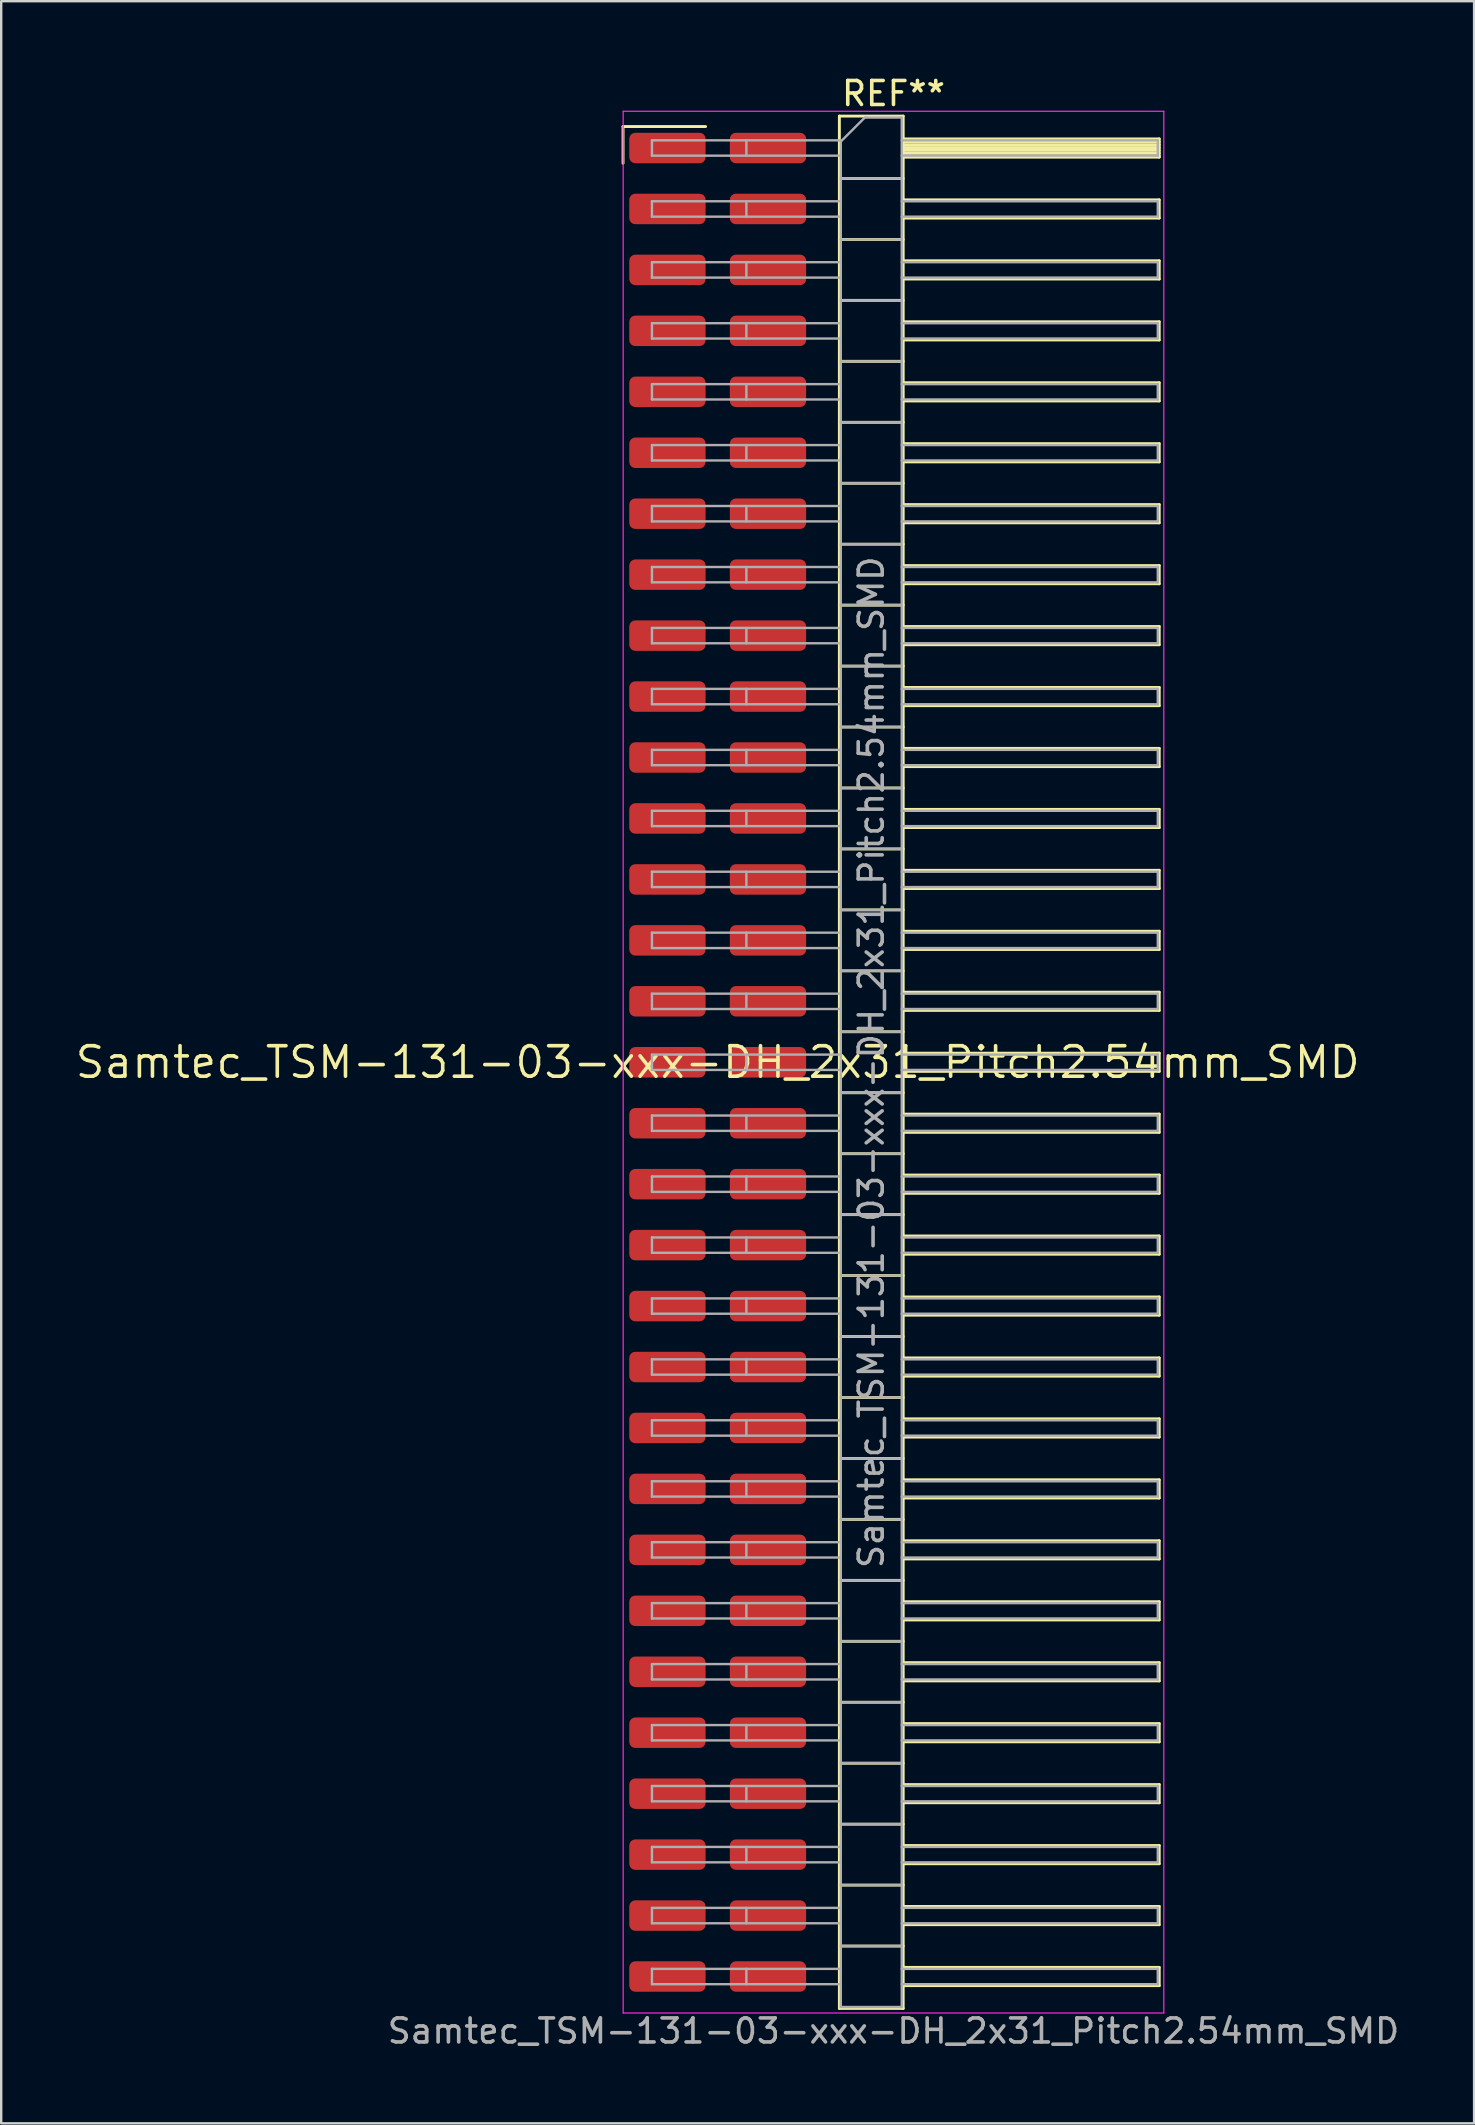
<source format=kicad_pcb>
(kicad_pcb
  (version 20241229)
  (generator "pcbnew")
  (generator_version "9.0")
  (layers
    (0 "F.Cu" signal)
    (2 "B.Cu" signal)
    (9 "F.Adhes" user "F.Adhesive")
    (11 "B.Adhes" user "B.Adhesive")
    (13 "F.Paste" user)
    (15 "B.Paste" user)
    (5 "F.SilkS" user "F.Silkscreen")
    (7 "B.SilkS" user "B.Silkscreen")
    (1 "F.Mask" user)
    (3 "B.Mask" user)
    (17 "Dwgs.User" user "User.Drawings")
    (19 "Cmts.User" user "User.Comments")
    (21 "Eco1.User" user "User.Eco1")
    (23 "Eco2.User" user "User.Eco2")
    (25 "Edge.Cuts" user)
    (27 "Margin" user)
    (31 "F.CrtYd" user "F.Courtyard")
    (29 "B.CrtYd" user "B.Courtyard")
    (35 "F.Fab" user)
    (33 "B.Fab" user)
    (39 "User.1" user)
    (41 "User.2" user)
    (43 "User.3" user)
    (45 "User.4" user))
  (footprint "Samtec_TSM-131-03-xxx-DH_2x31_Pitch2.54mm_SMD"
    (layer "F.Cu")
    (at 26.859 41.218)
    (property "Reference" "Samtec_TSM-131-03-xxx-DH_2x31_Pitch2.54mm_SMD" (at 0 0 0) (layer "F.SilkS") (effects (font (size 1.27 1.27) (thickness 0.15))))
    (attr smd)
    (fp_line (start -3.945 -38.995) (end -0.505 -38.995) (stroke (width 0.12) (type solid)) (layer "F.SilkS"))
    (fp_line (start -3.945 -37.465) (end -3.945 -38.995) (stroke (width 0.12) (type solid)) (layer "F.SilkS"))
    (fp_line (start 5.07 -39.43) (end 7.73 -39.43) (stroke (width 0.12) (type solid)) (layer "F.SilkS"))
    (fp_line (start 5.07 -36.83) (end 7.73 -36.83) (stroke (width 0.12) (type solid)) (layer "F.SilkS"))
    (fp_line (start 5.07 -34.29) (end 7.73 -34.29) (stroke (width 0.12) (type solid)) (layer "F.SilkS"))
    (fp_line (start 5.07 -31.75) (end 7.73 -31.75) (stroke (width 0.12) (type solid)) (layer "F.SilkS"))
    (fp_line (start 5.07 -29.21) (end 7.73 -29.21) (stroke (width 0.12) (type solid)) (layer "F.SilkS"))
    (fp_line (start 5.07 -26.67) (end 7.73 -26.67) (stroke (width 0.12) (type solid)) (layer "F.SilkS"))
    (fp_line (start 5.07 -24.13) (end 7.73 -24.13) (stroke (width 0.12) (type solid)) (layer "F.SilkS"))
    (fp_line (start 5.07 -21.59) (end 7.73 -21.59) (stroke (width 0.12) (type solid)) (layer "F.SilkS"))
    (fp_line (start 5.07 -19.05) (end 7.73 -19.05) (stroke (width 0.12) (type solid)) (layer "F.SilkS"))
    (fp_line (start 5.07 -16.51) (end 7.73 -16.51) (stroke (width 0.12) (type solid)) (layer "F.SilkS"))
    (fp_line (start 5.07 -13.97) (end 7.73 -13.97) (stroke (width 0.12) (type solid)) (layer "F.SilkS"))
    (fp_line (start 5.07 -11.43) (end 7.73 -11.43) (stroke (width 0.12) (type solid)) (layer "F.SilkS"))
    (fp_line (start 5.07 -8.89) (end 7.73 -8.89) (stroke (width 0.12) (type solid)) (layer "F.SilkS"))
    (fp_line (start 5.07 -6.35) (end 7.73 -6.35) (stroke (width 0.12) (type solid)) (layer "F.SilkS"))
    (fp_line (start 5.07 -3.81) (end 7.73 -3.81) (stroke (width 0.12) (type solid)) (layer "F.SilkS"))
    (fp_line (start 5.07 -1.27) (end 7.73 -1.27) (stroke (width 0.12) (type solid)) (layer "F.SilkS"))
    (fp_line (start 5.07 1.27) (end 7.73 1.27) (stroke (width 0.12) (type solid)) (layer "F.SilkS"))
    (fp_line (start 5.07 3.81) (end 7.73 3.81) (stroke (width 0.12) (type solid)) (layer "F.SilkS"))
    (fp_line (start 5.07 6.35) (end 7.73 6.35) (stroke (width 0.12) (type solid)) (layer "F.SilkS"))
    (fp_line (start 5.07 8.89) (end 7.73 8.89) (stroke (width 0.12) (type solid)) (layer "F.SilkS"))
    (fp_line (start 5.07 11.43) (end 7.73 11.43) (stroke (width 0.12) (type solid)) (layer "F.SilkS"))
    (fp_line (start 5.07 13.97) (end 7.73 13.97) (stroke (width 0.12) (type solid)) (layer "F.SilkS"))
    (fp_line (start 5.07 16.51) (end 7.73 16.51) (stroke (width 0.12) (type solid)) (layer "F.SilkS"))
    (fp_line (start 5.07 19.05) (end 7.73 19.05) (stroke (width 0.12) (type solid)) (layer "F.SilkS"))
    (fp_line (start 5.07 21.59) (end 7.73 21.59) (stroke (width 0.12) (type solid)) (layer "F.SilkS"))
    (fp_line (start 5.07 24.13) (end 7.73 24.13) (stroke (width 0.12) (type solid)) (layer "F.SilkS"))
    (fp_line (start 5.07 26.67) (end 7.73 26.67) (stroke (width 0.12) (type solid)) (layer "F.SilkS"))
    (fp_line (start 5.07 29.21) (end 7.73 29.21) (stroke (width 0.12) (type solid)) (layer "F.SilkS"))
    (fp_line (start 5.07 31.75) (end 7.73 31.75) (stroke (width 0.12) (type solid)) (layer "F.SilkS"))
    (fp_line (start 5.07 34.29) (end 7.73 34.29) (stroke (width 0.12) (type solid)) (layer "F.SilkS"))
    (fp_line (start 5.07 36.83) (end 7.73 36.83) (stroke (width 0.12) (type solid)) (layer "F.SilkS"))
    (fp_line (start 5.07 39.43) (end 5.07 -39.43) (stroke (width 0.12) (type solid)) (layer "F.SilkS"))
    (fp_line (start 7.73 -39.43) (end 7.73 39.43) (stroke (width 0.12) (type solid)) (layer "F.SilkS"))
    (fp_line (start 7.73 -38.48) (end 18.4 -38.48) (stroke (width 0.12) (type solid)) (layer "F.SilkS"))
    (fp_line (start 7.73 -38.36) (end 18.4 -38.36) (stroke (width 0.12) (type solid)) (layer "F.SilkS"))
    (fp_line (start 7.73 -38.24) (end 18.4 -38.24) (stroke (width 0.12) (type solid)) (layer "F.SilkS"))
    (fp_line (start 7.73 -38.12) (end 18.4 -38.12) (stroke (width 0.12) (type solid)) (layer "F.SilkS"))
    (fp_line (start 7.73 -38) (end 18.4 -38) (stroke (width 0.12) (type solid)) (layer "F.SilkS"))
    (fp_line (start 7.73 -37.88) (end 18.4 -37.88) (stroke (width 0.12) (type solid)) (layer "F.SilkS"))
    (fp_line (start 7.73 -37.76) (end 18.4 -37.76) (stroke (width 0.12) (type solid)) (layer "F.SilkS"))
    (fp_line (start 7.73 -37.72) (end 18.4 -37.72) (stroke (width 0.12) (type solid)) (layer "F.SilkS"))
    (fp_line (start 7.73 -35.94) (end 18.4 -35.94) (stroke (width 0.12) (type solid)) (layer "F.SilkS"))
    (fp_line (start 7.73 -35.18) (end 18.4 -35.18) (stroke (width 0.12) (type solid)) (layer "F.SilkS"))
    (fp_line (start 7.73 -33.4) (end 18.4 -33.4) (stroke (width 0.12) (type solid)) (layer "F.SilkS"))
    (fp_line (start 7.73 -32.64) (end 18.4 -32.64) (stroke (width 0.12) (type solid)) (layer "F.SilkS"))
    (fp_line (start 7.73 -30.86) (end 18.4 -30.86) (stroke (width 0.12) (type solid)) (layer "F.SilkS"))
    (fp_line (start 7.73 -30.1) (end 18.4 -30.1) (stroke (width 0.12) (type solid)) (layer "F.SilkS"))
    (fp_line (start 7.73 -28.32) (end 18.4 -28.32) (stroke (width 0.12) (type solid)) (layer "F.SilkS"))
    (fp_line (start 7.73 -27.56) (end 18.4 -27.56) (stroke (width 0.12) (type solid)) (layer "F.SilkS"))
    (fp_line (start 7.73 -25.78) (end 18.4 -25.78) (stroke (width 0.12) (type solid)) (layer "F.SilkS"))
    (fp_line (start 7.73 -25.02) (end 18.4 -25.02) (stroke (width 0.12) (type solid)) (layer "F.SilkS"))
    (fp_line (start 7.73 -23.24) (end 18.4 -23.24) (stroke (width 0.12) (type solid)) (layer "F.SilkS"))
    (fp_line (start 7.73 -22.48) (end 18.4 -22.48) (stroke (width 0.12) (type solid)) (layer "F.SilkS"))
    (fp_line (start 7.73 -20.7) (end 18.4 -20.7) (stroke (width 0.12) (type solid)) (layer "F.SilkS"))
    (fp_line (start 7.73 -19.94) (end 18.4 -19.94) (stroke (width 0.12) (type solid)) (layer "F.SilkS"))
    (fp_line (start 7.73 -18.16) (end 18.4 -18.16) (stroke (width 0.12) (type solid)) (layer "F.SilkS"))
    (fp_line (start 7.73 -17.4) (end 18.4 -17.4) (stroke (width 0.12) (type solid)) (layer "F.SilkS"))
    (fp_line (start 7.73 -15.62) (end 18.4 -15.62) (stroke (width 0.12) (type solid)) (layer "F.SilkS"))
    (fp_line (start 7.73 -14.86) (end 18.4 -14.86) (stroke (width 0.12) (type solid)) (layer "F.SilkS"))
    (fp_line (start 7.73 -13.08) (end 18.4 -13.08) (stroke (width 0.12) (type solid)) (layer "F.SilkS"))
    (fp_line (start 7.73 -12.32) (end 18.4 -12.32) (stroke (width 0.12) (type solid)) (layer "F.SilkS"))
    (fp_line (start 7.73 -10.54) (end 18.4 -10.54) (stroke (width 0.12) (type solid)) (layer "F.SilkS"))
    (fp_line (start 7.73 -9.78) (end 18.4 -9.78) (stroke (width 0.12) (type solid)) (layer "F.SilkS"))
    (fp_line (start 7.73 -8) (end 18.4 -8) (stroke (width 0.12) (type solid)) (layer "F.SilkS"))
    (fp_line (start 7.73 -7.24) (end 18.4 -7.24) (stroke (width 0.12) (type solid)) (layer "F.SilkS"))
    (fp_line (start 7.73 -5.46) (end 18.4 -5.46) (stroke (width 0.12) (type solid)) (layer "F.SilkS"))
    (fp_line (start 7.73 -4.7) (end 18.4 -4.7) (stroke (width 0.12) (type solid)) (layer "F.SilkS"))
    (fp_line (start 7.73 -2.92) (end 18.4 -2.92) (stroke (width 0.12) (type solid)) (layer "F.SilkS"))
    (fp_line (start 7.73 -2.16) (end 18.4 -2.16) (stroke (width 0.12) (type solid)) (layer "F.SilkS"))
    (fp_line (start 7.73 -0.38) (end 18.4 -0.38) (stroke (width 0.12) (type solid)) (layer "F.SilkS"))
    (fp_line (start 7.73 0.38) (end 18.4 0.38) (stroke (width 0.12) (type solid)) (layer "F.SilkS"))
    (fp_line (start 7.73 2.16) (end 18.4 2.16) (stroke (width 0.12) (type solid)) (layer "F.SilkS"))
    (fp_line (start 7.73 2.92) (end 18.4 2.92) (stroke (width 0.12) (type solid)) (layer "F.SilkS"))
    (fp_line (start 7.73 4.7) (end 18.4 4.7) (stroke (width 0.12) (type solid)) (layer "F.SilkS"))
    (fp_line (start 7.73 5.46) (end 18.4 5.46) (stroke (width 0.12) (type solid)) (layer "F.SilkS"))
    (fp_line (start 7.73 7.24) (end 18.4 7.24) (stroke (width 0.12) (type solid)) (layer "F.SilkS"))
    (fp_line (start 7.73 8) (end 18.4 8) (stroke (width 0.12) (type solid)) (layer "F.SilkS"))
    (fp_line (start 7.73 9.78) (end 18.4 9.78) (stroke (width 0.12) (type solid)) (layer "F.SilkS"))
    (fp_line (start 7.73 10.54) (end 18.4 10.54) (stroke (width 0.12) (type solid)) (layer "F.SilkS"))
    (fp_line (start 7.73 12.32) (end 18.4 12.32) (stroke (width 0.12) (type solid)) (layer "F.SilkS"))
    (fp_line (start 7.73 13.08) (end 18.4 13.08) (stroke (width 0.12) (type solid)) (layer "F.SilkS"))
    (fp_line (start 7.73 14.86) (end 18.4 14.86) (stroke (width 0.12) (type solid)) (layer "F.SilkS"))
    (fp_line (start 7.73 15.62) (end 18.4 15.62) (stroke (width 0.12) (type solid)) (layer "F.SilkS"))
    (fp_line (start 7.73 17.4) (end 18.4 17.4) (stroke (width 0.12) (type solid)) (layer "F.SilkS"))
    (fp_line (start 7.73 18.16) (end 18.4 18.16) (stroke (width 0.12) (type solid)) (layer "F.SilkS"))
    (fp_line (start 7.73 19.94) (end 18.4 19.94) (stroke (width 0.12) (type solid)) (layer "F.SilkS"))
    (fp_line (start 7.73 20.7) (end 18.4 20.7) (stroke (width 0.12) (type solid)) (layer "F.SilkS"))
    (fp_line (start 7.73 22.48) (end 18.4 22.48) (stroke (width 0.12) (type solid)) (layer "F.SilkS"))
    (fp_line (start 7.73 23.24) (end 18.4 23.24) (stroke (width 0.12) (type solid)) (layer "F.SilkS"))
    (fp_line (start 7.73 25.02) (end 18.4 25.02) (stroke (width 0.12) (type solid)) (layer "F.SilkS"))
    (fp_line (start 7.73 25.78) (end 18.4 25.78) (stroke (width 0.12) (type solid)) (layer "F.SilkS"))
    (fp_line (start 7.73 27.56) (end 18.4 27.56) (stroke (width 0.12) (type solid)) (layer "F.SilkS"))
    (fp_line (start 7.73 28.32) (end 18.4 28.32) (stroke (width 0.12) (type solid)) (layer "F.SilkS"))
    (fp_line (start 7.73 30.1) (end 18.4 30.1) (stroke (width 0.12) (type solid)) (layer "F.SilkS"))
    (fp_line (start 7.73 30.86) (end 18.4 30.86) (stroke (width 0.12) (type solid)) (layer "F.SilkS"))
    (fp_line (start 7.73 32.64) (end 18.4 32.64) (stroke (width 0.12) (type solid)) (layer "F.SilkS"))
    (fp_line (start 7.73 33.4) (end 18.4 33.4) (stroke (width 0.12) (type solid)) (layer "F.SilkS"))
    (fp_line (start 7.73 35.18) (end 18.4 35.18) (stroke (width 0.12) (type solid)) (layer "F.SilkS"))
    (fp_line (start 7.73 35.94) (end 18.4 35.94) (stroke (width 0.12) (type solid)) (layer "F.SilkS"))
    (fp_line (start 7.73 37.72) (end 18.4 37.72) (stroke (width 0.12) (type solid)) (layer "F.SilkS"))
    (fp_line (start 7.73 38.48) (end 18.4 38.48) (stroke (width 0.12) (type solid)) (layer "F.SilkS"))
    (fp_line (start 7.73 39.43) (end 5.07 39.43) (stroke (width 0.12) (type solid)) (layer "F.SilkS"))
    (fp_line (start 18.4 -38.48) (end 18.4 -37.72) (stroke (width 0.12) (type solid)) (layer "F.SilkS"))
    (fp_line (start 18.4 -35.94) (end 18.4 -35.18) (stroke (width 0.12) (type solid)) (layer "F.SilkS"))
    (fp_line (start 18.4 -33.4) (end 18.4 -32.64) (stroke (width 0.12) (type solid)) (layer "F.SilkS"))
    (fp_line (start 18.4 -30.86) (end 18.4 -30.1) (stroke (width 0.12) (type solid)) (layer "F.SilkS"))
    (fp_line (start 18.4 -28.32) (end 18.4 -27.56) (stroke (width 0.12) (type solid)) (layer "F.SilkS"))
    (fp_line (start 18.4 -25.78) (end 18.4 -25.02) (stroke (width 0.12) (type solid)) (layer "F.SilkS"))
    (fp_line (start 18.4 -23.24) (end 18.4 -22.48) (stroke (width 0.12) (type solid)) (layer "F.SilkS"))
    (fp_line (start 18.4 -20.7) (end 18.4 -19.94) (stroke (width 0.12) (type solid)) (layer "F.SilkS"))
    (fp_line (start 18.4 -18.16) (end 18.4 -17.4) (stroke (width 0.12) (type solid)) (layer "F.SilkS"))
    (fp_line (start 18.4 -15.62) (end 18.4 -14.86) (stroke (width 0.12) (type solid)) (layer "F.SilkS"))
    (fp_line (start 18.4 -13.08) (end 18.4 -12.32) (stroke (width 0.12) (type solid)) (layer "F.SilkS"))
    (fp_line (start 18.4 -10.54) (end 18.4 -9.78) (stroke (width 0.12) (type solid)) (layer "F.SilkS"))
    (fp_line (start 18.4 -8) (end 18.4 -7.24) (stroke (width 0.12) (type solid)) (layer "F.SilkS"))
    (fp_line (start 18.4 -5.46) (end 18.4 -4.7) (stroke (width 0.12) (type solid)) (layer "F.SilkS"))
    (fp_line (start 18.4 -2.92) (end 18.4 -2.16) (stroke (width 0.12) (type solid)) (layer "F.SilkS"))
    (fp_line (start 18.4 -0.38) (end 18.4 0.38) (stroke (width 0.12) (type solid)) (layer "F.SilkS"))
    (fp_line (start 18.4 2.16) (end 18.4 2.92) (stroke (width 0.12) (type solid)) (layer "F.SilkS"))
    (fp_line (start 18.4 4.7) (end 18.4 5.46) (stroke (width 0.12) (type solid)) (layer "F.SilkS"))
    (fp_line (start 18.4 7.24) (end 18.4 8) (stroke (width 0.12) (type solid)) (layer "F.SilkS"))
    (fp_line (start 18.4 9.78) (end 18.4 10.54) (stroke (width 0.12) (type solid)) (layer "F.SilkS"))
    (fp_line (start 18.4 12.32) (end 18.4 13.08) (stroke (width 0.12) (type solid)) (layer "F.SilkS"))
    (fp_line (start 18.4 14.86) (end 18.4 15.62) (stroke (width 0.12) (type solid)) (layer "F.SilkS"))
    (fp_line (start 18.4 17.4) (end 18.4 18.16) (stroke (width 0.12) (type solid)) (layer "F.SilkS"))
    (fp_line (start 18.4 19.94) (end 18.4 20.7) (stroke (width 0.12) (type solid)) (layer "F.SilkS"))
    (fp_line (start 18.4 22.48) (end 18.4 23.24) (stroke (width 0.12) (type solid)) (layer "F.SilkS"))
    (fp_line (start 18.4 25.02) (end 18.4 25.78) (stroke (width 0.12) (type solid)) (layer "F.SilkS"))
    (fp_line (start 18.4 27.56) (end 18.4 28.32) (stroke (width 0.12) (type solid)) (layer "F.SilkS"))
    (fp_line (start 18.4 30.1) (end 18.4 30.86) (stroke (width 0.12) (type solid)) (layer "F.SilkS"))
    (fp_line (start 18.4 32.64) (end 18.4 33.4) (stroke (width 0.12) (type solid)) (layer "F.SilkS"))
    (fp_line (start 18.4 35.18) (end 18.4 35.94) (stroke (width 0.12) (type solid)) (layer "F.SilkS"))
    (fp_line (start 18.4 37.72) (end 18.4 38.48) (stroke (width 0.12) (type solid)) (layer "F.SilkS"))
    (fp_line (start -3.94 -39.63) (end 18.59 -39.63) (stroke (width 0.05) (type solid)) (layer "F.CrtYd"))
    (fp_line (start -3.94 39.62) (end -3.94 -39.63) (stroke (width 0.05) (type solid)) (layer "F.CrtYd"))
    (fp_line (start 18.59 -39.63) (end 18.59 39.62) (stroke (width 0.05) (type solid)) (layer "F.CrtYd"))
    (fp_line (start 18.59 39.62) (end -3.94 39.62) (stroke (width 0.05) (type solid)) (layer "F.CrtYd"))
    (fp_line (start -2.74 -38.42) (end -2.74 -37.78) (stroke (width 0.1) (type solid)) (layer "F.Fab"))
    (fp_line (start -2.74 -38.42) (end 5.13 -38.42) (stroke (width 0.1) (type solid)) (layer "F.Fab"))
    (fp_line (start -2.74 -37.78) (end 5.13 -37.78) (stroke (width 0.1) (type solid)) (layer "F.Fab"))
    (fp_line (start -2.74 -35.88) (end -2.74 -35.24) (stroke (width 0.1) (type solid)) (layer "F.Fab"))
    (fp_line (start -2.74 -35.88) (end 5.13 -35.88) (stroke (width 0.1) (type solid)) (layer "F.Fab"))
    (fp_line (start -2.74 -35.24) (end 5.13 -35.24) (stroke (width 0.1) (type solid)) (layer "F.Fab"))
    (fp_line (start -2.74 -33.34) (end -2.74 -32.7) (stroke (width 0.1) (type solid)) (layer "F.Fab"))
    (fp_line (start -2.74 -33.34) (end 5.13 -33.34) (stroke (width 0.1) (type solid)) (layer "F.Fab"))
    (fp_line (start -2.74 -32.7) (end 5.13 -32.7) (stroke (width 0.1) (type solid)) (layer "F.Fab"))
    (fp_line (start -2.74 -30.8) (end -2.74 -30.16) (stroke (width 0.1) (type solid)) (layer "F.Fab"))
    (fp_line (start -2.74 -30.8) (end 5.13 -30.8) (stroke (width 0.1) (type solid)) (layer "F.Fab"))
    (fp_line (start -2.74 -30.16) (end 5.13 -30.16) (stroke (width 0.1) (type solid)) (layer "F.Fab"))
    (fp_line (start -2.74 -28.26) (end -2.74 -27.62) (stroke (width 0.1) (type solid)) (layer "F.Fab"))
    (fp_line (start -2.74 -28.26) (end 5.13 -28.26) (stroke (width 0.1) (type solid)) (layer "F.Fab"))
    (fp_line (start -2.74 -27.62) (end 5.13 -27.62) (stroke (width 0.1) (type solid)) (layer "F.Fab"))
    (fp_line (start -2.74 -25.72) (end -2.74 -25.08) (stroke (width 0.1) (type solid)) (layer "F.Fab"))
    (fp_line (start -2.74 -25.72) (end 5.13 -25.72) (stroke (width 0.1) (type solid)) (layer "F.Fab"))
    (fp_line (start -2.74 -25.08) (end 5.13 -25.08) (stroke (width 0.1) (type solid)) (layer "F.Fab"))
    (fp_line (start -2.74 -23.18) (end -2.74 -22.54) (stroke (width 0.1) (type solid)) (layer "F.Fab"))
    (fp_line (start -2.74 -23.18) (end 5.13 -23.18) (stroke (width 0.1) (type solid)) (layer "F.Fab"))
    (fp_line (start -2.74 -22.54) (end 5.13 -22.54) (stroke (width 0.1) (type solid)) (layer "F.Fab"))
    (fp_line (start -2.74 -20.64) (end -2.74 -20) (stroke (width 0.1) (type solid)) (layer "F.Fab"))
    (fp_line (start -2.74 -20.64) (end 5.13 -20.64) (stroke (width 0.1) (type solid)) (layer "F.Fab"))
    (fp_line (start -2.74 -20) (end 5.13 -20) (stroke (width 0.1) (type solid)) (layer "F.Fab"))
    (fp_line (start -2.74 -18.1) (end -2.74 -17.46) (stroke (width 0.1) (type solid)) (layer "F.Fab"))
    (fp_line (start -2.74 -18.1) (end 5.13 -18.1) (stroke (width 0.1) (type solid)) (layer "F.Fab"))
    (fp_line (start -2.74 -17.46) (end 5.13 -17.46) (stroke (width 0.1) (type solid)) (layer "F.Fab"))
    (fp_line (start -2.74 -15.56) (end -2.74 -14.92) (stroke (width 0.1) (type solid)) (layer "F.Fab"))
    (fp_line (start -2.74 -15.56) (end 5.13 -15.56) (stroke (width 0.1) (type solid)) (layer "F.Fab"))
    (fp_line (start -2.74 -14.92) (end 5.13 -14.92) (stroke (width 0.1) (type solid)) (layer "F.Fab"))
    (fp_line (start -2.74 -13.02) (end -2.74 -12.38) (stroke (width 0.1) (type solid)) (layer "F.Fab"))
    (fp_line (start -2.74 -13.02) (end 5.13 -13.02) (stroke (width 0.1) (type solid)) (layer "F.Fab"))
    (fp_line (start -2.74 -12.38) (end 5.13 -12.38) (stroke (width 0.1) (type solid)) (layer "F.Fab"))
    (fp_line (start -2.74 -10.48) (end -2.74 -9.84) (stroke (width 0.1) (type solid)) (layer "F.Fab"))
    (fp_line (start -2.74 -10.48) (end 5.13 -10.48) (stroke (width 0.1) (type solid)) (layer "F.Fab"))
    (fp_line (start -2.74 -9.84) (end 5.13 -9.84) (stroke (width 0.1) (type solid)) (layer "F.Fab"))
    (fp_line (start -2.74 -7.94) (end -2.74 -7.3) (stroke (width 0.1) (type solid)) (layer "F.Fab"))
    (fp_line (start -2.74 -7.94) (end 5.13 -7.94) (stroke (width 0.1) (type solid)) (layer "F.Fab"))
    (fp_line (start -2.74 -7.3) (end 5.13 -7.3) (stroke (width 0.1) (type solid)) (layer "F.Fab"))
    (fp_line (start -2.74 -5.4) (end -2.74 -4.76) (stroke (width 0.1) (type solid)) (layer "F.Fab"))
    (fp_line (start -2.74 -5.4) (end 5.13 -5.4) (stroke (width 0.1) (type solid)) (layer "F.Fab"))
    (fp_line (start -2.74 -4.76) (end 5.13 -4.76) (stroke (width 0.1) (type solid)) (layer "F.Fab"))
    (fp_line (start -2.74 -2.86) (end -2.74 -2.22) (stroke (width 0.1) (type solid)) (layer "F.Fab"))
    (fp_line (start -2.74 -2.86) (end 5.13 -2.86) (stroke (width 0.1) (type solid)) (layer "F.Fab"))
    (fp_line (start -2.74 -2.22) (end 5.13 -2.22) (stroke (width 0.1) (type solid)) (layer "F.Fab"))
    (fp_line (start -2.74 -0.32) (end -2.74 0.32) (stroke (width 0.1) (type solid)) (layer "F.Fab"))
    (fp_line (start -2.74 -0.32) (end 5.13 -0.32) (stroke (width 0.1) (type solid)) (layer "F.Fab"))
    (fp_line (start -2.74 0.32) (end 5.13 0.32) (stroke (width 0.1) (type solid)) (layer "F.Fab"))
    (fp_line (start -2.74 2.22) (end -2.74 2.86) (stroke (width 0.1) (type solid)) (layer "F.Fab"))
    (fp_line (start -2.74 2.22) (end 5.13 2.22) (stroke (width 0.1) (type solid)) (layer "F.Fab"))
    (fp_line (start -2.74 2.86) (end 5.13 2.86) (stroke (width 0.1) (type solid)) (layer "F.Fab"))
    (fp_line (start -2.74 4.76) (end -2.74 5.4) (stroke (width 0.1) (type solid)) (layer "F.Fab"))
    (fp_line (start -2.74 4.76) (end 5.13 4.76) (stroke (width 0.1) (type solid)) (layer "F.Fab"))
    (fp_line (start -2.74 5.4) (end 5.13 5.4) (stroke (width 0.1) (type solid)) (layer "F.Fab"))
    (fp_line (start -2.74 7.3) (end -2.74 7.94) (stroke (width 0.1) (type solid)) (layer "F.Fab"))
    (fp_line (start -2.74 7.3) (end 5.13 7.3) (stroke (width 0.1) (type solid)) (layer "F.Fab"))
    (fp_line (start -2.74 7.94) (end 5.13 7.94) (stroke (width 0.1) (type solid)) (layer "F.Fab"))
    (fp_line (start -2.74 9.84) (end -2.74 10.48) (stroke (width 0.1) (type solid)) (layer "F.Fab"))
    (fp_line (start -2.74 9.84) (end 5.13 9.84) (stroke (width 0.1) (type solid)) (layer "F.Fab"))
    (fp_line (start -2.74 10.48) (end 5.13 10.48) (stroke (width 0.1) (type solid)) (layer "F.Fab"))
    (fp_line (start -2.74 12.38) (end -2.74 13.02) (stroke (width 0.1) (type solid)) (layer "F.Fab"))
    (fp_line (start -2.74 12.38) (end 5.13 12.38) (stroke (width 0.1) (type solid)) (layer "F.Fab"))
    (fp_line (start -2.74 13.02) (end 5.13 13.02) (stroke (width 0.1) (type solid)) (layer "F.Fab"))
    (fp_line (start -2.74 14.92) (end -2.74 15.56) (stroke (width 0.1) (type solid)) (layer "F.Fab"))
    (fp_line (start -2.74 14.92) (end 5.13 14.92) (stroke (width 0.1) (type solid)) (layer "F.Fab"))
    (fp_line (start -2.74 15.56) (end 5.13 15.56) (stroke (width 0.1) (type solid)) (layer "F.Fab"))
    (fp_line (start -2.74 17.46) (end -2.74 18.1) (stroke (width 0.1) (type solid)) (layer "F.Fab"))
    (fp_line (start -2.74 17.46) (end 5.13 17.46) (stroke (width 0.1) (type solid)) (layer "F.Fab"))
    (fp_line (start -2.74 18.1) (end 5.13 18.1) (stroke (width 0.1) (type solid)) (layer "F.Fab"))
    (fp_line (start -2.74 20) (end -2.74 20.64) (stroke (width 0.1) (type solid)) (layer "F.Fab"))
    (fp_line (start -2.74 20) (end 5.13 20) (stroke (width 0.1) (type solid)) (layer "F.Fab"))
    (fp_line (start -2.74 20.64) (end 5.13 20.64) (stroke (width 0.1) (type solid)) (layer "F.Fab"))
    (fp_line (start -2.74 22.54) (end -2.74 23.18) (stroke (width 0.1) (type solid)) (layer "F.Fab"))
    (fp_line (start -2.74 22.54) (end 5.13 22.54) (stroke (width 0.1) (type solid)) (layer "F.Fab"))
    (fp_line (start -2.74 23.18) (end 5.13 23.18) (stroke (width 0.1) (type solid)) (layer "F.Fab"))
    (fp_line (start -2.74 25.08) (end -2.74 25.72) (stroke (width 0.1) (type solid)) (layer "F.Fab"))
    (fp_line (start -2.74 25.08) (end 5.13 25.08) (stroke (width 0.1) (type solid)) (layer "F.Fab"))
    (fp_line (start -2.74 25.72) (end 5.13 25.72) (stroke (width 0.1) (type solid)) (layer "F.Fab"))
    (fp_line (start -2.74 27.62) (end -2.74 28.26) (stroke (width 0.1) (type solid)) (layer "F.Fab"))
    (fp_line (start -2.74 27.62) (end 5.13 27.62) (stroke (width 0.1) (type solid)) (layer "F.Fab"))
    (fp_line (start -2.74 28.26) (end 5.13 28.26) (stroke (width 0.1) (type solid)) (layer "F.Fab"))
    (fp_line (start -2.74 30.16) (end -2.74 30.8) (stroke (width 0.1) (type solid)) (layer "F.Fab"))
    (fp_line (start -2.74 30.16) (end 5.13 30.16) (stroke (width 0.1) (type solid)) (layer "F.Fab"))
    (fp_line (start -2.74 30.8) (end 5.13 30.8) (stroke (width 0.1) (type solid)) (layer "F.Fab"))
    (fp_line (start -2.74 32.7) (end -2.74 33.34) (stroke (width 0.1) (type solid)) (layer "F.Fab"))
    (fp_line (start -2.74 32.7) (end 5.13 32.7) (stroke (width 0.1) (type solid)) (layer "F.Fab"))
    (fp_line (start -2.74 33.34) (end 5.13 33.34) (stroke (width 0.1) (type solid)) (layer "F.Fab"))
    (fp_line (start -2.74 35.24) (end -2.74 35.88) (stroke (width 0.1) (type solid)) (layer "F.Fab"))
    (fp_line (start -2.74 35.24) (end 5.13 35.24) (stroke (width 0.1) (type solid)) (layer "F.Fab"))
    (fp_line (start -2.74 35.88) (end 5.13 35.88) (stroke (width 0.1) (type solid)) (layer "F.Fab"))
    (fp_line (start -2.74 37.78) (end -2.74 38.42) (stroke (width 0.1) (type solid)) (layer "F.Fab"))
    (fp_line (start -2.74 37.78) (end 5.13 37.78) (stroke (width 0.1) (type solid)) (layer "F.Fab"))
    (fp_line (start -2.74 38.42) (end 5.13 38.42) (stroke (width 0.1) (type solid)) (layer "F.Fab"))
    (fp_line (start 1.195 -38.42) (end 1.195 -37.78) (stroke (width 0.1) (type solid)) (layer "F.Fab"))
    (fp_line (start 1.195 -35.88) (end 1.195 -35.24) (stroke (width 0.1) (type solid)) (layer "F.Fab"))
    (fp_line (start 1.195 -33.34) (end 1.195 -32.7) (stroke (width 0.1) (type solid)) (layer "F.Fab"))
    (fp_line (start 1.195 -30.8) (end 1.195 -30.16) (stroke (width 0.1) (type solid)) (layer "F.Fab"))
    (fp_line (start 1.195 -28.26) (end 1.195 -27.62) (stroke (width 0.1) (type solid)) (layer "F.Fab"))
    (fp_line (start 1.195 -25.72) (end 1.195 -25.08) (stroke (width 0.1) (type solid)) (layer "F.Fab"))
    (fp_line (start 1.195 -23.18) (end 1.195 -22.54) (stroke (width 0.1) (type solid)) (layer "F.Fab"))
    (fp_line (start 1.195 -20.64) (end 1.195 -20) (stroke (width 0.1) (type solid)) (layer "F.Fab"))
    (fp_line (start 1.195 -18.1) (end 1.195 -17.46) (stroke (width 0.1) (type solid)) (layer "F.Fab"))
    (fp_line (start 1.195 -15.56) (end 1.195 -14.92) (stroke (width 0.1) (type solid)) (layer "F.Fab"))
    (fp_line (start 1.195 -13.02) (end 1.195 -12.38) (stroke (width 0.1) (type solid)) (layer "F.Fab"))
    (fp_line (start 1.195 -10.48) (end 1.195 -9.84) (stroke (width 0.1) (type solid)) (layer "F.Fab"))
    (fp_line (start 1.195 -7.94) (end 1.195 -7.3) (stroke (width 0.1) (type solid)) (layer "F.Fab"))
    (fp_line (start 1.195 -5.4) (end 1.195 -4.76) (stroke (width 0.1) (type solid)) (layer "F.Fab"))
    (fp_line (start 1.195 -2.86) (end 1.195 -2.22) (stroke (width 0.1) (type solid)) (layer "F.Fab"))
    (fp_line (start 1.195 -0.32) (end 1.195 0.32) (stroke (width 0.1) (type solid)) (layer "F.Fab"))
    (fp_line (start 1.195 2.22) (end 1.195 2.86) (stroke (width 0.1) (type solid)) (layer "F.Fab"))
    (fp_line (start 1.195 4.76) (end 1.195 5.4) (stroke (width 0.1) (type solid)) (layer "F.Fab"))
    (fp_line (start 1.195 7.3) (end 1.195 7.94) (stroke (width 0.1) (type solid)) (layer "F.Fab"))
    (fp_line (start 1.195 9.84) (end 1.195 10.48) (stroke (width 0.1) (type solid)) (layer "F.Fab"))
    (fp_line (start 1.195 12.38) (end 1.195 13.02) (stroke (width 0.1) (type solid)) (layer "F.Fab"))
    (fp_line (start 1.195 14.92) (end 1.195 15.56) (stroke (width 0.1) (type solid)) (layer "F.Fab"))
    (fp_line (start 1.195 17.46) (end 1.195 18.1) (stroke (width 0.1) (type solid)) (layer "F.Fab"))
    (fp_line (start 1.195 20) (end 1.195 20.64) (stroke (width 0.1) (type solid)) (layer "F.Fab"))
    (fp_line (start 1.195 22.54) (end 1.195 23.18) (stroke (width 0.1) (type solid)) (layer "F.Fab"))
    (fp_line (start 1.195 25.08) (end 1.195 25.72) (stroke (width 0.1) (type solid)) (layer "F.Fab"))
    (fp_line (start 1.195 27.62) (end 1.195 28.26) (stroke (width 0.1) (type solid)) (layer "F.Fab"))
    (fp_line (start 1.195 30.16) (end 1.195 30.8) (stroke (width 0.1) (type solid)) (layer "F.Fab"))
    (fp_line (start 1.195 32.7) (end 1.195 33.34) (stroke (width 0.1) (type solid)) (layer "F.Fab"))
    (fp_line (start 1.195 35.24) (end 1.195 35.88) (stroke (width 0.1) (type solid)) (layer "F.Fab"))
    (fp_line (start 1.195 37.78) (end 1.195 38.42) (stroke (width 0.1) (type solid)) (layer "F.Fab"))
    (fp_line (start 5.13 -38.37) (end 6.13 -39.37) (stroke (width 0.1) (type solid)) (layer "F.Fab"))
    (fp_line (start 5.13 -36.83) (end 7.67 -36.83) (stroke (width 0.1) (type solid)) (layer "F.Fab"))
    (fp_line (start 5.13 -34.29) (end 7.67 -34.29) (stroke (width 0.1) (type solid)) (layer "F.Fab"))
    (fp_line (start 5.13 -31.75) (end 7.67 -31.75) (stroke (width 0.1) (type solid)) (layer "F.Fab"))
    (fp_line (start 5.13 -29.21) (end 7.67 -29.21) (stroke (width 0.1) (type solid)) (layer "F.Fab"))
    (fp_line (start 5.13 -26.67) (end 7.67 -26.67) (stroke (width 0.1) (type solid)) (layer "F.Fab"))
    (fp_line (start 5.13 -24.13) (end 7.67 -24.13) (stroke (width 0.1) (type solid)) (layer "F.Fab"))
    (fp_line (start 5.13 -21.59) (end 7.67 -21.59) (stroke (width 0.1) (type solid)) (layer "F.Fab"))
    (fp_line (start 5.13 -19.05) (end 7.67 -19.05) (stroke (width 0.1) (type solid)) (layer "F.Fab"))
    (fp_line (start 5.13 -16.51) (end 7.67 -16.51) (stroke (width 0.1) (type solid)) (layer "F.Fab"))
    (fp_line (start 5.13 -13.97) (end 7.67 -13.97) (stroke (width 0.1) (type solid)) (layer "F.Fab"))
    (fp_line (start 5.13 -11.43) (end 7.67 -11.43) (stroke (width 0.1) (type solid)) (layer "F.Fab"))
    (fp_line (start 5.13 -8.89) (end 7.67 -8.89) (stroke (width 0.1) (type solid)) (layer "F.Fab"))
    (fp_line (start 5.13 -6.35) (end 7.67 -6.35) (stroke (width 0.1) (type solid)) (layer "F.Fab"))
    (fp_line (start 5.13 -3.81) (end 7.67 -3.81) (stroke (width 0.1) (type solid)) (layer "F.Fab"))
    (fp_line (start 5.13 -1.27) (end 7.67 -1.27) (stroke (width 0.1) (type solid)) (layer "F.Fab"))
    (fp_line (start 5.13 1.27) (end 7.67 1.27) (stroke (width 0.1) (type solid)) (layer "F.Fab"))
    (fp_line (start 5.13 3.81) (end 7.67 3.81) (stroke (width 0.1) (type solid)) (layer "F.Fab"))
    (fp_line (start 5.13 6.35) (end 7.67 6.35) (stroke (width 0.1) (type solid)) (layer "F.Fab"))
    (fp_line (start 5.13 8.89) (end 7.67 8.89) (stroke (width 0.1) (type solid)) (layer "F.Fab"))
    (fp_line (start 5.13 11.43) (end 7.67 11.43) (stroke (width 0.1) (type solid)) (layer "F.Fab"))
    (fp_line (start 5.13 13.97) (end 7.67 13.97) (stroke (width 0.1) (type solid)) (layer "F.Fab"))
    (fp_line (start 5.13 16.51) (end 7.67 16.51) (stroke (width 0.1) (type solid)) (layer "F.Fab"))
    (fp_line (start 5.13 19.05) (end 7.67 19.05) (stroke (width 0.1) (type solid)) (layer "F.Fab"))
    (fp_line (start 5.13 21.59) (end 7.67 21.59) (stroke (width 0.1) (type solid)) (layer "F.Fab"))
    (fp_line (start 5.13 24.13) (end 7.67 24.13) (stroke (width 0.1) (type solid)) (layer "F.Fab"))
    (fp_line (start 5.13 26.67) (end 7.67 26.67) (stroke (width 0.1) (type solid)) (layer "F.Fab"))
    (fp_line (start 5.13 29.21) (end 7.67 29.21) (stroke (width 0.1) (type solid)) (layer "F.Fab"))
    (fp_line (start 5.13 31.75) (end 7.67 31.75) (stroke (width 0.1) (type solid)) (layer "F.Fab"))
    (fp_line (start 5.13 34.29) (end 7.67 34.29) (stroke (width 0.1) (type solid)) (layer "F.Fab"))
    (fp_line (start 5.13 36.83) (end 7.67 36.83) (stroke (width 0.1) (type solid)) (layer "F.Fab"))
    (fp_line (start 5.13 39.37) (end 5.13 -38.37) (stroke (width 0.1) (type solid)) (layer "F.Fab"))
    (fp_line (start 6.13 -39.37) (end 7.67 -39.37) (stroke (width 0.1) (type solid)) (layer "F.Fab"))
    (fp_line (start 7.67 -39.37) (end 7.67 39.37) (stroke (width 0.1) (type solid)) (layer "F.Fab"))
    (fp_line (start 7.67 -38.42) (end 18.34 -38.42) (stroke (width 0.1) (type solid)) (layer "F.Fab"))
    (fp_line (start 7.67 -37.78) (end 18.34 -37.78) (stroke (width 0.1) (type solid)) (layer "F.Fab"))
    (fp_line (start 7.67 -35.88) (end 18.34 -35.88) (stroke (width 0.1) (type solid)) (layer "F.Fab"))
    (fp_line (start 7.67 -35.24) (end 18.34 -35.24) (stroke (width 0.1) (type solid)) (layer "F.Fab"))
    (fp_line (start 7.67 -33.34) (end 18.34 -33.34) (stroke (width 0.1) (type solid)) (layer "F.Fab"))
    (fp_line (start 7.67 -32.7) (end 18.34 -32.7) (stroke (width 0.1) (type solid)) (layer "F.Fab"))
    (fp_line (start 7.67 -30.8) (end 18.34 -30.8) (stroke (width 0.1) (type solid)) (layer "F.Fab"))
    (fp_line (start 7.67 -30.16) (end 18.34 -30.16) (stroke (width 0.1) (type solid)) (layer "F.Fab"))
    (fp_line (start 7.67 -28.26) (end 18.34 -28.26) (stroke (width 0.1) (type solid)) (layer "F.Fab"))
    (fp_line (start 7.67 -27.62) (end 18.34 -27.62) (stroke (width 0.1) (type solid)) (layer "F.Fab"))
    (fp_line (start 7.67 -25.72) (end 18.34 -25.72) (stroke (width 0.1) (type solid)) (layer "F.Fab"))
    (fp_line (start 7.67 -25.08) (end 18.34 -25.08) (stroke (width 0.1) (type solid)) (layer "F.Fab"))
    (fp_line (start 7.67 -23.18) (end 18.34 -23.18) (stroke (width 0.1) (type solid)) (layer "F.Fab"))
    (fp_line (start 7.67 -22.54) (end 18.34 -22.54) (stroke (width 0.1) (type solid)) (layer "F.Fab"))
    (fp_line (start 7.67 -20.64) (end 18.34 -20.64) (stroke (width 0.1) (type solid)) (layer "F.Fab"))
    (fp_line (start 7.67 -20) (end 18.34 -20) (stroke (width 0.1) (type solid)) (layer "F.Fab"))
    (fp_line (start 7.67 -18.1) (end 18.34 -18.1) (stroke (width 0.1) (type solid)) (layer "F.Fab"))
    (fp_line (start 7.67 -17.46) (end 18.34 -17.46) (stroke (width 0.1) (type solid)) (layer "F.Fab"))
    (fp_line (start 7.67 -15.56) (end 18.34 -15.56) (stroke (width 0.1) (type solid)) (layer "F.Fab"))
    (fp_line (start 7.67 -14.92) (end 18.34 -14.92) (stroke (width 0.1) (type solid)) (layer "F.Fab"))
    (fp_line (start 7.67 -13.02) (end 18.34 -13.02) (stroke (width 0.1) (type solid)) (layer "F.Fab"))
    (fp_line (start 7.67 -12.38) (end 18.34 -12.38) (stroke (width 0.1) (type solid)) (layer "F.Fab"))
    (fp_line (start 7.67 -10.48) (end 18.34 -10.48) (stroke (width 0.1) (type solid)) (layer "F.Fab"))
    (fp_line (start 7.67 -9.84) (end 18.34 -9.84) (stroke (width 0.1) (type solid)) (layer "F.Fab"))
    (fp_line (start 7.67 -7.94) (end 18.34 -7.94) (stroke (width 0.1) (type solid)) (layer "F.Fab"))
    (fp_line (start 7.67 -7.3) (end 18.34 -7.3) (stroke (width 0.1) (type solid)) (layer "F.Fab"))
    (fp_line (start 7.67 -5.4) (end 18.34 -5.4) (stroke (width 0.1) (type solid)) (layer "F.Fab"))
    (fp_line (start 7.67 -4.76) (end 18.34 -4.76) (stroke (width 0.1) (type solid)) (layer "F.Fab"))
    (fp_line (start 7.67 -2.86) (end 18.34 -2.86) (stroke (width 0.1) (type solid)) (layer "F.Fab"))
    (fp_line (start 7.67 -2.22) (end 18.34 -2.22) (stroke (width 0.1) (type solid)) (layer "F.Fab"))
    (fp_line (start 7.67 -0.32) (end 18.34 -0.32) (stroke (width 0.1) (type solid)) (layer "F.Fab"))
    (fp_line (start 7.67 0.32) (end 18.34 0.32) (stroke (width 0.1) (type solid)) (layer "F.Fab"))
    (fp_line (start 7.67 2.22) (end 18.34 2.22) (stroke (width 0.1) (type solid)) (layer "F.Fab"))
    (fp_line (start 7.67 2.86) (end 18.34 2.86) (stroke (width 0.1) (type solid)) (layer "F.Fab"))
    (fp_line (start 7.67 4.76) (end 18.34 4.76) (stroke (width 0.1) (type solid)) (layer "F.Fab"))
    (fp_line (start 7.67 5.4) (end 18.34 5.4) (stroke (width 0.1) (type solid)) (layer "F.Fab"))
    (fp_line (start 7.67 7.3) (end 18.34 7.3) (stroke (width 0.1) (type solid)) (layer "F.Fab"))
    (fp_line (start 7.67 7.94) (end 18.34 7.94) (stroke (width 0.1) (type solid)) (layer "F.Fab"))
    (fp_line (start 7.67 9.84) (end 18.34 9.84) (stroke (width 0.1) (type solid)) (layer "F.Fab"))
    (fp_line (start 7.67 10.48) (end 18.34 10.48) (stroke (width 0.1) (type solid)) (layer "F.Fab"))
    (fp_line (start 7.67 12.38) (end 18.34 12.38) (stroke (width 0.1) (type solid)) (layer "F.Fab"))
    (fp_line (start 7.67 13.02) (end 18.34 13.02) (stroke (width 0.1) (type solid)) (layer "F.Fab"))
    (fp_line (start 7.67 14.92) (end 18.34 14.92) (stroke (width 0.1) (type solid)) (layer "F.Fab"))
    (fp_line (start 7.67 15.56) (end 18.34 15.56) (stroke (width 0.1) (type solid)) (layer "F.Fab"))
    (fp_line (start 7.67 17.46) (end 18.34 17.46) (stroke (width 0.1) (type solid)) (layer "F.Fab"))
    (fp_line (start 7.67 18.1) (end 18.34 18.1) (stroke (width 0.1) (type solid)) (layer "F.Fab"))
    (fp_line (start 7.67 20) (end 18.34 20) (stroke (width 0.1) (type solid)) (layer "F.Fab"))
    (fp_line (start 7.67 20.64) (end 18.34 20.64) (stroke (width 0.1) (type solid)) (layer "F.Fab"))
    (fp_line (start 7.67 22.54) (end 18.34 22.54) (stroke (width 0.1) (type solid)) (layer "F.Fab"))
    (fp_line (start 7.67 23.18) (end 18.34 23.18) (stroke (width 0.1) (type solid)) (layer "F.Fab"))
    (fp_line (start 7.67 25.08) (end 18.34 25.08) (stroke (width 0.1) (type solid)) (layer "F.Fab"))
    (fp_line (start 7.67 25.72) (end 18.34 25.72) (stroke (width 0.1) (type solid)) (layer "F.Fab"))
    (fp_line (start 7.67 27.62) (end 18.34 27.62) (stroke (width 0.1) (type solid)) (layer "F.Fab"))
    (fp_line (start 7.67 28.26) (end 18.34 28.26) (stroke (width 0.1) (type solid)) (layer "F.Fab"))
    (fp_line (start 7.67 30.16) (end 18.34 30.16) (stroke (width 0.1) (type solid)) (layer "F.Fab"))
    (fp_line (start 7.67 30.8) (end 18.34 30.8) (stroke (width 0.1) (type solid)) (layer "F.Fab"))
    (fp_line (start 7.67 32.7) (end 18.34 32.7) (stroke (width 0.1) (type solid)) (layer "F.Fab"))
    (fp_line (start 7.67 33.34) (end 18.34 33.34) (stroke (width 0.1) (type solid)) (layer "F.Fab"))
    (fp_line (start 7.67 35.24) (end 18.34 35.24) (stroke (width 0.1) (type solid)) (layer "F.Fab"))
    (fp_line (start 7.67 35.88) (end 18.34 35.88) (stroke (width 0.1) (type solid)) (layer "F.Fab"))
    (fp_line (start 7.67 37.78) (end 18.34 37.78) (stroke (width 0.1) (type solid)) (layer "F.Fab"))
    (fp_line (start 7.67 38.42) (end 18.34 38.42) (stroke (width 0.1) (type solid)) (layer "F.Fab"))
    (fp_line (start 7.67 39.37) (end 5.13 39.37) (stroke (width 0.1) (type solid)) (layer "F.Fab"))
    (fp_line (start 18.34 -38.42) (end 18.34 -37.78) (stroke (width 0.1) (type solid)) (layer "F.Fab"))
    (fp_line (start 18.34 -35.88) (end 18.34 -35.24) (stroke (width 0.1) (type solid)) (layer "F.Fab"))
    (fp_line (start 18.34 -33.34) (end 18.34 -32.7) (stroke (width 0.1) (type solid)) (layer "F.Fab"))
    (fp_line (start 18.34 -30.8) (end 18.34 -30.16) (stroke (width 0.1) (type solid)) (layer "F.Fab"))
    (fp_line (start 18.34 -28.26) (end 18.34 -27.62) (stroke (width 0.1) (type solid)) (layer "F.Fab"))
    (fp_line (start 18.34 -25.72) (end 18.34 -25.08) (stroke (width 0.1) (type solid)) (layer "F.Fab"))
    (fp_line (start 18.34 -23.18) (end 18.34 -22.54) (stroke (width 0.1) (type solid)) (layer "F.Fab"))
    (fp_line (start 18.34 -20.64) (end 18.34 -20) (stroke (width 0.1) (type solid)) (layer "F.Fab"))
    (fp_line (start 18.34 -18.1) (end 18.34 -17.46) (stroke (width 0.1) (type solid)) (layer "F.Fab"))
    (fp_line (start 18.34 -15.56) (end 18.34 -14.92) (stroke (width 0.1) (type solid)) (layer "F.Fab"))
    (fp_line (start 18.34 -13.02) (end 18.34 -12.38) (stroke (width 0.1) (type solid)) (layer "F.Fab"))
    (fp_line (start 18.34 -10.48) (end 18.34 -9.84) (stroke (width 0.1) (type solid)) (layer "F.Fab"))
    (fp_line (start 18.34 -7.94) (end 18.34 -7.3) (stroke (width 0.1) (type solid)) (layer "F.Fab"))
    (fp_line (start 18.34 -5.4) (end 18.34 -4.76) (stroke (width 0.1) (type solid)) (layer "F.Fab"))
    (fp_line (start 18.34 -2.86) (end 18.34 -2.22) (stroke (width 0.1) (type solid)) (layer "F.Fab"))
    (fp_line (start 18.34 -0.32) (end 18.34 0.32) (stroke (width 0.1) (type solid)) (layer "F.Fab"))
    (fp_line (start 18.34 2.22) (end 18.34 2.86) (stroke (width 0.1) (type solid)) (layer "F.Fab"))
    (fp_line (start 18.34 4.76) (end 18.34 5.4) (stroke (width 0.1) (type solid)) (layer "F.Fab"))
    (fp_line (start 18.34 7.3) (end 18.34 7.94) (stroke (width 0.1) (type solid)) (layer "F.Fab"))
    (fp_line (start 18.34 9.84) (end 18.34 10.48) (stroke (width 0.1) (type solid)) (layer "F.Fab"))
    (fp_line (start 18.34 12.38) (end 18.34 13.02) (stroke (width 0.1) (type solid)) (layer "F.Fab"))
    (fp_line (start 18.34 14.92) (end 18.34 15.56) (stroke (width 0.1) (type solid)) (layer "F.Fab"))
    (fp_line (start 18.34 17.46) (end 18.34 18.1) (stroke (width 0.1) (type solid)) (layer "F.Fab"))
    (fp_line (start 18.34 20) (end 18.34 20.64) (stroke (width 0.1) (type solid)) (layer "F.Fab"))
    (fp_line (start 18.34 22.54) (end 18.34 23.18) (stroke (width 0.1) (type solid)) (layer "F.Fab"))
    (fp_line (start 18.34 25.08) (end 18.34 25.72) (stroke (width 0.1) (type solid)) (layer "F.Fab"))
    (fp_line (start 18.34 27.62) (end 18.34 28.26) (stroke (width 0.1) (type solid)) (layer "F.Fab"))
    (fp_line (start 18.34 30.16) (end 18.34 30.8) (stroke (width 0.1) (type solid)) (layer "F.Fab"))
    (fp_line (start 18.34 32.7) (end 18.34 33.34) (stroke (width 0.1) (type solid)) (layer "F.Fab"))
    (fp_line (start 18.34 35.24) (end 18.34 35.88) (stroke (width 0.1) (type solid)) (layer "F.Fab"))
    (fp_line (start 18.34 37.78) (end 18.34 38.42) (stroke (width 0.1) (type solid)) (layer "F.Fab"))
    (fp_text user "REF**" (at 7.325 -40.37 0) (layer "F.SilkS") (effects (font (size 1 1) (thickness 0.15))))
    (fp_text user "${REFERENCE}" (at 6.4 0 90) (layer "F.Fab") (effects (font (size 1 1) (thickness 0.15))))
    (fp_text user "Samtec_TSM-131-03-xxx-DH_2x31_Pitch2.54mm_SMD" (at 7.325 40.37 0) (layer "F.Fab") (effects (font (size 1 1) (thickness 0.15))))
    (pad "1" smd roundrect (at -2.095 -38.1) (size 3.18 1.27) (layers "F.Cu" "F.Mask" "F.Paste") (roundrect_rratio 0.197))
    (pad "2" smd roundrect (at 2.095 -38.1) (size 3.18 1.27) (layers "F.Cu" "F.Mask" "F.Paste") (roundrect_rratio 0.197))
    (pad "3" smd roundrect (at -2.095 -35.56) (size 3.18 1.27) (layers "F.Cu" "F.Mask" "F.Paste") (roundrect_rratio 0.197))
    (pad "4" smd roundrect (at 2.095 -35.56) (size 3.18 1.27) (layers "F.Cu" "F.Mask" "F.Paste") (roundrect_rratio 0.197))
    (pad "5" smd roundrect (at -2.095 -33.02) (size 3.18 1.27) (layers "F.Cu" "F.Mask" "F.Paste") (roundrect_rratio 0.197))
    (pad "6" smd roundrect (at 2.095 -33.02) (size 3.18 1.27) (layers "F.Cu" "F.Mask" "F.Paste") (roundrect_rratio 0.197))
    (pad "7" smd roundrect (at -2.095 -30.48) (size 3.18 1.27) (layers "F.Cu" "F.Mask" "F.Paste") (roundrect_rratio 0.197))
    (pad "8" smd roundrect (at 2.095 -30.48) (size 3.18 1.27) (layers "F.Cu" "F.Mask" "F.Paste") (roundrect_rratio 0.197))
    (pad "9" smd roundrect (at -2.095 -27.94) (size 3.18 1.27) (layers "F.Cu" "F.Mask" "F.Paste") (roundrect_rratio 0.197))
    (pad "10" smd roundrect (at 2.095 -27.94) (size 3.18 1.27) (layers "F.Cu" "F.Mask" "F.Paste") (roundrect_rratio 0.197))
    (pad "11" smd roundrect (at -2.095 -25.4) (size 3.18 1.27) (layers "F.Cu" "F.Mask" "F.Paste") (roundrect_rratio 0.197))
    (pad "12" smd roundrect (at 2.095 -25.4) (size 3.18 1.27) (layers "F.Cu" "F.Mask" "F.Paste") (roundrect_rratio 0.197))
    (pad "13" smd roundrect (at -2.095 -22.86) (size 3.18 1.27) (layers "F.Cu" "F.Mask" "F.Paste") (roundrect_rratio 0.197))
    (pad "14" smd roundrect (at 2.095 -22.86) (size 3.18 1.27) (layers "F.Cu" "F.Mask" "F.Paste") (roundrect_rratio 0.197))
    (pad "15" smd roundrect (at -2.095 -20.32) (size 3.18 1.27) (layers "F.Cu" "F.Mask" "F.Paste") (roundrect_rratio 0.197))
    (pad "16" smd roundrect (at 2.095 -20.32) (size 3.18 1.27) (layers "F.Cu" "F.Mask" "F.Paste") (roundrect_rratio 0.197))
    (pad "17" smd roundrect (at -2.095 -17.78) (size 3.18 1.27) (layers "F.Cu" "F.Mask" "F.Paste") (roundrect_rratio 0.197))
    (pad "18" smd roundrect (at 2.095 -17.78) (size 3.18 1.27) (layers "F.Cu" "F.Mask" "F.Paste") (roundrect_rratio 0.197))
    (pad "19" smd roundrect (at -2.095 -15.24) (size 3.18 1.27) (layers "F.Cu" "F.Mask" "F.Paste") (roundrect_rratio 0.197))
    (pad "20" smd roundrect (at 2.095 -15.24) (size 3.18 1.27) (layers "F.Cu" "F.Mask" "F.Paste") (roundrect_rratio 0.197))
    (pad "21" smd roundrect (at -2.095 -12.7) (size 3.18 1.27) (layers "F.Cu" "F.Mask" "F.Paste") (roundrect_rratio 0.197))
    (pad "22" smd roundrect (at 2.095 -12.7) (size 3.18 1.27) (layers "F.Cu" "F.Mask" "F.Paste") (roundrect_rratio 0.197))
    (pad "23" smd roundrect (at -2.095 -10.16) (size 3.18 1.27) (layers "F.Cu" "F.Mask" "F.Paste") (roundrect_rratio 0.197))
    (pad "24" smd roundrect (at 2.095 -10.16) (size 3.18 1.27) (layers "F.Cu" "F.Mask" "F.Paste") (roundrect_rratio 0.197))
    (pad "25" smd roundrect (at -2.095 -7.62) (size 3.18 1.27) (layers "F.Cu" "F.Mask" "F.Paste") (roundrect_rratio 0.197))
    (pad "26" smd roundrect (at 2.095 -7.62) (size 3.18 1.27) (layers "F.Cu" "F.Mask" "F.Paste") (roundrect_rratio 0.197))
    (pad "27" smd roundrect (at -2.095 -5.08) (size 3.18 1.27) (layers "F.Cu" "F.Mask" "F.Paste") (roundrect_rratio 0.197))
    (pad "28" smd roundrect (at 2.095 -5.08) (size 3.18 1.27) (layers "F.Cu" "F.Mask" "F.Paste") (roundrect_rratio 0.197))
    (pad "29" smd roundrect (at -2.095 -2.54) (size 3.18 1.27) (layers "F.Cu" "F.Mask" "F.Paste") (roundrect_rratio 0.197))
    (pad "30" smd roundrect (at 2.095 -2.54) (size 3.18 1.27) (layers "F.Cu" "F.Mask" "F.Paste") (roundrect_rratio 0.197))
    (pad "31" smd roundrect (at -2.095 0) (size 3.18 1.27) (layers "F.Cu" "F.Mask" "F.Paste") (roundrect_rratio 0.197))
    (pad "32" smd roundrect (at 2.095 0) (size 3.18 1.27) (layers "F.Cu" "F.Mask" "F.Paste") (roundrect_rratio 0.197))
    (pad "33" smd roundrect (at -2.095 2.54) (size 3.18 1.27) (layers "F.Cu" "F.Mask" "F.Paste") (roundrect_rratio 0.197))
    (pad "34" smd roundrect (at 2.095 2.54) (size 3.18 1.27) (layers "F.Cu" "F.Mask" "F.Paste") (roundrect_rratio 0.197))
    (pad "35" smd roundrect (at -2.095 5.08) (size 3.18 1.27) (layers "F.Cu" "F.Mask" "F.Paste") (roundrect_rratio 0.197))
    (pad "36" smd roundrect (at 2.095 5.08) (size 3.18 1.27) (layers "F.Cu" "F.Mask" "F.Paste") (roundrect_rratio 0.197))
    (pad "37" smd roundrect (at -2.095 7.62) (size 3.18 1.27) (layers "F.Cu" "F.Mask" "F.Paste") (roundrect_rratio 0.197))
    (pad "38" smd roundrect (at 2.095 7.62) (size 3.18 1.27) (layers "F.Cu" "F.Mask" "F.Paste") (roundrect_rratio 0.197))
    (pad "39" smd roundrect (at -2.095 10.16) (size 3.18 1.27) (layers "F.Cu" "F.Mask" "F.Paste") (roundrect_rratio 0.197))
    (pad "40" smd roundrect (at 2.095 10.16) (size 3.18 1.27) (layers "F.Cu" "F.Mask" "F.Paste") (roundrect_rratio 0.197))
    (pad "41" smd roundrect (at -2.095 12.7) (size 3.18 1.27) (layers "F.Cu" "F.Mask" "F.Paste") (roundrect_rratio 0.197))
    (pad "42" smd roundrect (at 2.095 12.7) (size 3.18 1.27) (layers "F.Cu" "F.Mask" "F.Paste") (roundrect_rratio 0.197))
    (pad "43" smd roundrect (at -2.095 15.24) (size 3.18 1.27) (layers "F.Cu" "F.Mask" "F.Paste") (roundrect_rratio 0.197))
    (pad "44" smd roundrect (at 2.095 15.24) (size 3.18 1.27) (layers "F.Cu" "F.Mask" "F.Paste") (roundrect_rratio 0.197))
    (pad "45" smd roundrect (at -2.095 17.78) (size 3.18 1.27) (layers "F.Cu" "F.Mask" "F.Paste") (roundrect_rratio 0.197))
    (pad "46" smd roundrect (at 2.095 17.78) (size 3.18 1.27) (layers "F.Cu" "F.Mask" "F.Paste") (roundrect_rratio 0.197))
    (pad "47" smd roundrect (at -2.095 20.32) (size 3.18 1.27) (layers "F.Cu" "F.Mask" "F.Paste") (roundrect_rratio 0.197))
    (pad "48" smd roundrect (at 2.095 20.32) (size 3.18 1.27) (layers "F.Cu" "F.Mask" "F.Paste") (roundrect_rratio 0.197))
    (pad "49" smd roundrect (at -2.095 22.86) (size 3.18 1.27) (layers "F.Cu" "F.Mask" "F.Paste") (roundrect_rratio 0.197))
    (pad "50" smd roundrect (at 2.095 22.86) (size 3.18 1.27) (layers "F.Cu" "F.Mask" "F.Paste") (roundrect_rratio 0.197))
    (pad "51" smd roundrect (at -2.095 25.4) (size 3.18 1.27) (layers "F.Cu" "F.Mask" "F.Paste") (roundrect_rratio 0.197))
    (pad "52" smd roundrect (at 2.095 25.4) (size 3.18 1.27) (layers "F.Cu" "F.Mask" "F.Paste") (roundrect_rratio 0.197))
    (pad "53" smd roundrect (at -2.095 27.94) (size 3.18 1.27) (layers "F.Cu" "F.Mask" "F.Paste") (roundrect_rratio 0.197))
    (pad "54" smd roundrect (at 2.095 27.94) (size 3.18 1.27) (layers "F.Cu" "F.Mask" "F.Paste") (roundrect_rratio 0.197))
    (pad "55" smd roundrect (at -2.095 30.48) (size 3.18 1.27) (layers "F.Cu" "F.Mask" "F.Paste") (roundrect_rratio 0.197))
    (pad "56" smd roundrect (at 2.095 30.48) (size 3.18 1.27) (layers "F.Cu" "F.Mask" "F.Paste") (roundrect_rratio 0.197))
    (pad "57" smd roundrect (at -2.095 33.02) (size 3.18 1.27) (layers "F.Cu" "F.Mask" "F.Paste") (roundrect_rratio 0.197))
    (pad "58" smd roundrect (at 2.095 33.02) (size 3.18 1.27) (layers "F.Cu" "F.Mask" "F.Paste") (roundrect_rratio 0.197))
    (pad "59" smd roundrect (at -2.095 35.56) (size 3.18 1.27) (layers "F.Cu" "F.Mask" "F.Paste") (roundrect_rratio 0.197))
    (pad "60" smd roundrect (at 2.095 35.56) (size 3.18 1.27) (layers "F.Cu" "F.Mask" "F.Paste") (roundrect_rratio 0.197))
    (pad "61" smd roundrect (at -2.095 38.1) (size 3.18 1.27) (layers "F.Cu" "F.Mask" "F.Paste") (roundrect_rratio 0.197))
    (pad "62" smd roundrect (at 2.095 38.1) (size 3.18 1.27) (layers "F.Cu" "F.Mask" "F.Paste") (roundrect_rratio 0.197)))
  (gr_rect
    (start -3 -3)
    (end 58.38 85.436)
    (stroke (width 0.1) (type default))
    (fill no)
    (layer "Edge.Cuts")))
</source>
